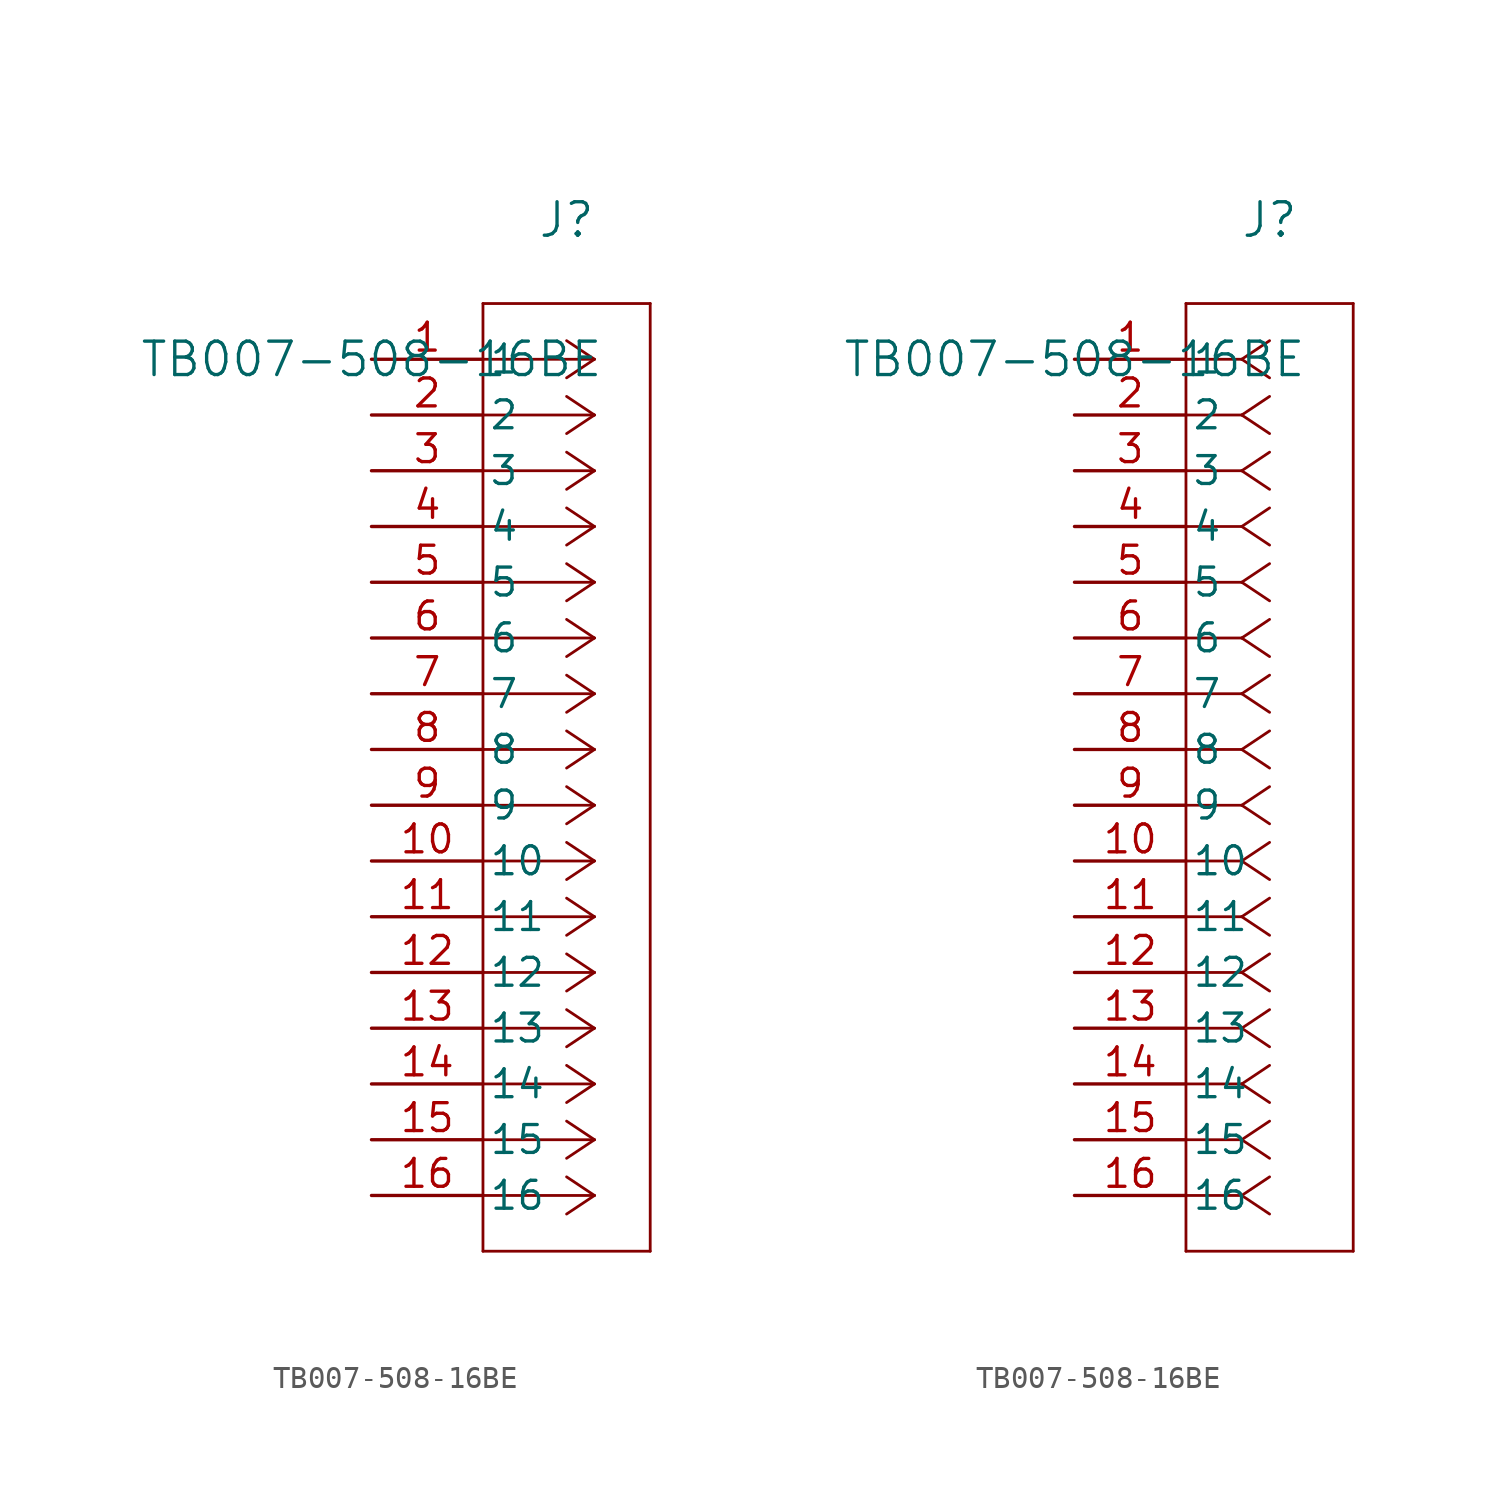
<source format=kicad_sym>
(kicad_symbol_lib
  (version 20211014)
  (generator kicad_symbol_editor)
  (symbol "TB007-508-16BE"
    (pin_names
      (offset 0.254))
    (property "Reference" "J"
      (at 8.89 6.35 0)
      (effects (font (size 1.524 1.524))))
    (property "Value" "TB007-508-16BE"
      (at 0 0 0)
      (effects (font (size 1.524 1.524))))
    (symbol "TB007-508-16BE_1_1"
      (polyline (pts (xy 10.16 0) (xy 5.08 0)) (stroke (width 0.127) (type default) (color 0 0 0 0)) (fill (type none)))
      (polyline (pts (xy 10.16 -2.54) (xy 5.08 -2.54)) (stroke (width 0.127) (type default) (color 0 0 0 0)) (fill (type none)))
      (polyline (pts (xy 10.16 -5.08) (xy 5.08 -5.08)) (stroke (width 0.127) (type default) (color 0 0 0 0)) (fill (type none)))
      (polyline (pts (xy 10.16 -7.62) (xy 5.08 -7.62)) (stroke (width 0.127) (type default) (color 0 0 0 0)) (fill (type none)))
      (polyline (pts (xy 10.16 -10.16) (xy 5.08 -10.16)) (stroke (width 0.127) (type default) (color 0 0 0 0)) (fill (type none)))
      (polyline (pts (xy 10.16 -12.7) (xy 5.08 -12.7)) (stroke (width 0.127) (type default) (color 0 0 0 0)) (fill (type none)))
      (polyline (pts (xy 10.16 -15.24) (xy 5.08 -15.24)) (stroke (width 0.127) (type default) (color 0 0 0 0)) (fill (type none)))
      (polyline (pts (xy 10.16 -17.78) (xy 5.08 -17.78)) (stroke (width 0.127) (type default) (color 0 0 0 0)) (fill (type none)))
      (polyline (pts (xy 10.16 -20.32) (xy 5.08 -20.32)) (stroke (width 0.127) (type default) (color 0 0 0 0)) (fill (type none)))
      (polyline (pts (xy 10.16 -22.86) (xy 5.08 -22.86)) (stroke (width 0.127) (type default) (color 0 0 0 0)) (fill (type none)))
      (polyline (pts (xy 10.16 -25.4) (xy 5.08 -25.4)) (stroke (width 0.127) (type default) (color 0 0 0 0)) (fill (type none)))
      (polyline (pts (xy 10.16 -27.94) (xy 5.08 -27.94)) (stroke (width 0.127) (type default) (color 0 0 0 0)) (fill (type none)))
      (polyline (pts (xy 10.16 -30.48) (xy 5.08 -30.48)) (stroke (width 0.127) (type default) (color 0 0 0 0)) (fill (type none)))
      (polyline (pts (xy 10.16 -33.02) (xy 5.08 -33.02)) (stroke (width 0.127) (type default) (color 0 0 0 0)) (fill (type none)))
      (polyline (pts (xy 10.16 -35.56) (xy 5.08 -35.56)) (stroke (width 0.127) (type default) (color 0 0 0 0)) (fill (type none)))
      (polyline (pts (xy 10.16 -38.1) (xy 5.08 -38.1)) (stroke (width 0.127) (type default) (color 0 0 0 0)) (fill (type none)))
      (polyline (pts (xy 10.16 0) (xy 8.89 0.847)) (stroke (width 0.127) (type default) (color 0 0 0 0)) (fill (type none)))
      (polyline (pts (xy 10.16 -2.54) (xy 8.89 -1.693)) (stroke (width 0.127) (type default) (color 0 0 0 0)) (fill (type none)))
      (polyline (pts (xy 10.16 -5.08) (xy 8.89 -4.233)) (stroke (width 0.127) (type default) (color 0 0 0 0)) (fill (type none)))
      (polyline (pts (xy 10.16 -7.62) (xy 8.89 -6.773)) (stroke (width 0.127) (type default) (color 0 0 0 0)) (fill (type none)))
      (polyline (pts (xy 10.16 -10.16) (xy 8.89 -9.313)) (stroke (width 0.127) (type default) (color 0 0 0 0)) (fill (type none)))
      (polyline (pts (xy 10.16 -12.7) (xy 8.89 -11.853)) (stroke (width 0.127) (type default) (color 0 0 0 0)) (fill (type none)))
      (polyline (pts (xy 10.16 -15.24) (xy 8.89 -14.393)) (stroke (width 0.127) (type default) (color 0 0 0 0)) (fill (type none)))
      (polyline (pts (xy 10.16 -17.78) (xy 8.89 -16.933)) (stroke (width 0.127) (type default) (color 0 0 0 0)) (fill (type none)))
      (polyline (pts (xy 10.16 -20.32) (xy 8.89 -19.473)) (stroke (width 0.127) (type default) (color 0 0 0 0)) (fill (type none)))
      (polyline (pts (xy 10.16 -22.86) (xy 8.89 -22.013)) (stroke (width 0.127) (type default) (color 0 0 0 0)) (fill (type none)))
      (polyline (pts (xy 10.16 -25.4) (xy 8.89 -24.553)) (stroke (width 0.127) (type default) (color 0 0 0 0)) (fill (type none)))
      (polyline (pts (xy 10.16 -27.94) (xy 8.89 -27.093)) (stroke (width 0.127) (type default) (color 0 0 0 0)) (fill (type none)))
      (polyline (pts (xy 10.16 -30.48) (xy 8.89 -29.633)) (stroke (width 0.127) (type default) (color 0 0 0 0)) (fill (type none)))
      (polyline (pts (xy 10.16 -33.02) (xy 8.89 -32.173)) (stroke (width 0.127) (type default) (color 0 0 0 0)) (fill (type none)))
      (polyline (pts (xy 10.16 -35.56) (xy 8.89 -34.713)) (stroke (width 0.127) (type default) (color 0 0 0 0)) (fill (type none)))
      (polyline (pts (xy 10.16 -38.1) (xy 8.89 -37.253)) (stroke (width 0.127) (type default) (color 0 0 0 0)) (fill (type none)))
      (polyline (pts (xy 10.16 0) (xy 8.89 -0.847)) (stroke (width 0.127) (type default) (color 0 0 0 0)) (fill (type none)))
      (polyline (pts (xy 10.16 -2.54) (xy 8.89 -3.387)) (stroke (width 0.127) (type default) (color 0 0 0 0)) (fill (type none)))
      (polyline (pts (xy 10.16 -5.08) (xy 8.89 -5.927)) (stroke (width 0.127) (type default) (color 0 0 0 0)) (fill (type none)))
      (polyline (pts (xy 10.16 -7.62) (xy 8.89 -8.467)) (stroke (width 0.127) (type default) (color 0 0 0 0)) (fill (type none)))
      (polyline (pts (xy 10.16 -10.16) (xy 8.89 -11.007)) (stroke (width 0.127) (type default) (color 0 0 0 0)) (fill (type none)))
      (polyline (pts (xy 10.16 -12.7) (xy 8.89 -13.547)) (stroke (width 0.127) (type default) (color 0 0 0 0)) (fill (type none)))
      (polyline (pts (xy 10.16 -15.24) (xy 8.89 -16.087)) (stroke (width 0.127) (type default) (color 0 0 0 0)) (fill (type none)))
      (polyline (pts (xy 10.16 -17.78) (xy 8.89 -18.627)) (stroke (width 0.127) (type default) (color 0 0 0 0)) (fill (type none)))
      (polyline (pts (xy 10.16 -20.32) (xy 8.89 -21.167)) (stroke (width 0.127) (type default) (color 0 0 0 0)) (fill (type none)))
      (polyline (pts (xy 10.16 -22.86) (xy 8.89 -23.707)) (stroke (width 0.127) (type default) (color 0 0 0 0)) (fill (type none)))
      (polyline (pts (xy 10.16 -25.4) (xy 8.89 -26.247)) (stroke (width 0.127) (type default) (color 0 0 0 0)) (fill (type none)))
      (polyline (pts (xy 10.16 -27.94) (xy 8.89 -28.787)) (stroke (width 0.127) (type default) (color 0 0 0 0)) (fill (type none)))
      (polyline (pts (xy 10.16 -30.48) (xy 8.89 -31.327)) (stroke (width 0.127) (type default) (color 0 0 0 0)) (fill (type none)))
      (polyline (pts (xy 10.16 -33.02) (xy 8.89 -33.867)) (stroke (width 0.127) (type default) (color 0 0 0 0)) (fill (type none)))
      (polyline (pts (xy 10.16 -35.56) (xy 8.89 -36.407)) (stroke (width 0.127) (type default) (color 0 0 0 0)) (fill (type none)))
      (polyline (pts (xy 10.16 -38.1) (xy 8.89 -38.947)) (stroke (width 0.127) (type default) (color 0 0 0 0)) (fill (type none)))
      (polyline (pts (xy 5.08 2.54) (xy 5.08 -40.64)) (stroke (width 0.127) (type default) (color 0 0 0 0)) (fill (type none)))
      (polyline (pts (xy 5.08 -40.64) (xy 12.7 -40.64)) (stroke (width 0.127) (type default) (color 0 0 0 0)) (fill (type none)))
      (polyline (pts (xy 12.7 -40.64) (xy 12.7 2.54)) (stroke (width 0.127) (type default) (color 0 0 0 0)) (fill (type none)))
      (polyline (pts (xy 12.7 2.54) (xy 5.08 2.54)) (stroke (width 0.127) (type default) (color 0 0 0 0)) (fill (type none)))
      (pin unspecified line (at 0 0 0) (length 5.08) (name "1" (effects (font (size 1.27 1.27)))) (number "1" (effects (font (size 1.27 1.27)))))
      (pin unspecified line (at 0 -2.54 0) (length 5.08) (name "2" (effects (font (size 1.27 1.27)))) (number "2" (effects (font (size 1.27 1.27)))))
      (pin unspecified line (at 0 -5.08 0) (length 5.08) (name "3" (effects (font (size 1.27 1.27)))) (number "3" (effects (font (size 1.27 1.27)))))
      (pin unspecified line (at 0 -7.62 0) (length 5.08) (name "4" (effects (font (size 1.27 1.27)))) (number "4" (effects (font (size 1.27 1.27)))))
      (pin unspecified line (at 0 -10.16 0) (length 5.08) (name "5" (effects (font (size 1.27 1.27)))) (number "5" (effects (font (size 1.27 1.27)))))
      (pin unspecified line (at 0 -12.7 0) (length 5.08) (name "6" (effects (font (size 1.27 1.27)))) (number "6" (effects (font (size 1.27 1.27)))))
      (pin unspecified line (at 0 -15.24 0) (length 5.08) (name "7" (effects (font (size 1.27 1.27)))) (number "7" (effects (font (size 1.27 1.27)))))
      (pin unspecified line (at 0 -17.78 0) (length 5.08) (name "8" (effects (font (size 1.27 1.27)))) (number "8" (effects (font (size 1.27 1.27)))))
      (pin unspecified line (at 0 -20.32 0) (length 5.08) (name "9" (effects (font (size 1.27 1.27)))) (number "9" (effects (font (size 1.27 1.27)))))
      (pin unspecified line (at 0 -22.86 0) (length 5.08) (name "10" (effects (font (size 1.27 1.27)))) (number "10" (effects (font (size 1.27 1.27)))))
      (pin unspecified line (at 0 -25.4 0) (length 5.08) (name "11" (effects (font (size 1.27 1.27)))) (number "11" (effects (font (size 1.27 1.27)))))
      (pin unspecified line (at 0 -27.94 0) (length 5.08) (name "12" (effects (font (size 1.27 1.27)))) (number "12" (effects (font (size 1.27 1.27)))))
      (pin unspecified line (at 0 -30.48 0) (length 5.08) (name "13" (effects (font (size 1.27 1.27)))) (number "13" (effects (font (size 1.27 1.27)))))
      (pin unspecified line (at 0 -33.02 0) (length 5.08) (name "14" (effects (font (size 1.27 1.27)))) (number "14" (effects (font (size 1.27 1.27)))))
      (pin unspecified line (at 0 -35.56 0) (length 5.08) (name "15" (effects (font (size 1.27 1.27)))) (number "15" (effects (font (size 1.27 1.27)))))
      (pin unspecified line (at 0 -38.1 0) (length 5.08) (name "16" (effects (font (size 1.27 1.27)))) (number "16" (effects (font (size 1.27 1.27))))))
    (symbol "TB007-508-16BE_1_2"
      (polyline (pts (xy 7.62 0) (xy 5.08 0)) (stroke (width 0.127) (type default) (color 0 0 0 0)) (fill (type none)))
      (polyline (pts (xy 7.62 -2.54) (xy 5.08 -2.54)) (stroke (width 0.127) (type default) (color 0 0 0 0)) (fill (type none)))
      (polyline (pts (xy 7.62 -5.08) (xy 5.08 -5.08)) (stroke (width 0.127) (type default) (color 0 0 0 0)) (fill (type none)))
      (polyline (pts (xy 7.62 -7.62) (xy 5.08 -7.62)) (stroke (width 0.127) (type default) (color 0 0 0 0)) (fill (type none)))
      (polyline (pts (xy 7.62 -10.16) (xy 5.08 -10.16)) (stroke (width 0.127) (type default) (color 0 0 0 0)) (fill (type none)))
      (polyline (pts (xy 7.62 -12.7) (xy 5.08 -12.7)) (stroke (width 0.127) (type default) (color 0 0 0 0)) (fill (type none)))
      (polyline (pts (xy 7.62 -15.24) (xy 5.08 -15.24)) (stroke (width 0.127) (type default) (color 0 0 0 0)) (fill (type none)))
      (polyline (pts (xy 7.62 -17.78) (xy 5.08 -17.78)) (stroke (width 0.127) (type default) (color 0 0 0 0)) (fill (type none)))
      (polyline (pts (xy 7.62 -20.32) (xy 5.08 -20.32)) (stroke (width 0.127) (type default) (color 0 0 0 0)) (fill (type none)))
      (polyline (pts (xy 7.62 -22.86) (xy 5.08 -22.86)) (stroke (width 0.127) (type default) (color 0 0 0 0)) (fill (type none)))
      (polyline (pts (xy 7.62 -25.4) (xy 5.08 -25.4)) (stroke (width 0.127) (type default) (color 0 0 0 0)) (fill (type none)))
      (polyline (pts (xy 7.62 -27.94) (xy 5.08 -27.94)) (stroke (width 0.127) (type default) (color 0 0 0 0)) (fill (type none)))
      (polyline (pts (xy 7.62 -30.48) (xy 5.08 -30.48)) (stroke (width 0.127) (type default) (color 0 0 0 0)) (fill (type none)))
      (polyline (pts (xy 7.62 -33.02) (xy 5.08 -33.02)) (stroke (width 0.127) (type default) (color 0 0 0 0)) (fill (type none)))
      (polyline (pts (xy 7.62 -35.56) (xy 5.08 -35.56)) (stroke (width 0.127) (type default) (color 0 0 0 0)) (fill (type none)))
      (polyline (pts (xy 7.62 -38.1) (xy 5.08 -38.1)) (stroke (width 0.127) (type default) (color 0 0 0 0)) (fill (type none)))
      (polyline (pts (xy 7.62 0) (xy 8.89 0.847)) (stroke (width 0.127) (type default) (color 0 0 0 0)) (fill (type none)))
      (polyline (pts (xy 7.62 -2.54) (xy 8.89 -1.693)) (stroke (width 0.127) (type default) (color 0 0 0 0)) (fill (type none)))
      (polyline (pts (xy 7.62 -5.08) (xy 8.89 -4.233)) (stroke (width 0.127) (type default) (color 0 0 0 0)) (fill (type none)))
      (polyline (pts (xy 7.62 -7.62) (xy 8.89 -6.773)) (stroke (width 0.127) (type default) (color 0 0 0 0)) (fill (type none)))
      (polyline (pts (xy 7.62 -10.16) (xy 8.89 -9.313)) (stroke (width 0.127) (type default) (color 0 0 0 0)) (fill (type none)))
      (polyline (pts (xy 7.62 -12.7) (xy 8.89 -11.853)) (stroke (width 0.127) (type default) (color 0 0 0 0)) (fill (type none)))
      (polyline (pts (xy 7.62 -15.24) (xy 8.89 -14.393)) (stroke (width 0.127) (type default) (color 0 0 0 0)) (fill (type none)))
      (polyline (pts (xy 7.62 -17.78) (xy 8.89 -16.933)) (stroke (width 0.127) (type default) (color 0 0 0 0)) (fill (type none)))
      (polyline (pts (xy 7.62 -20.32) (xy 8.89 -19.473)) (stroke (width 0.127) (type default) (color 0 0 0 0)) (fill (type none)))
      (polyline (pts (xy 7.62 -22.86) (xy 8.89 -22.013)) (stroke (width 0.127) (type default) (color 0 0 0 0)) (fill (type none)))
      (polyline (pts (xy 7.62 -25.4) (xy 8.89 -24.553)) (stroke (width 0.127) (type default) (color 0 0 0 0)) (fill (type none)))
      (polyline (pts (xy 7.62 -27.94) (xy 8.89 -27.093)) (stroke (width 0.127) (type default) (color 0 0 0 0)) (fill (type none)))
      (polyline (pts (xy 7.62 -30.48) (xy 8.89 -29.633)) (stroke (width 0.127) (type default) (color 0 0 0 0)) (fill (type none)))
      (polyline (pts (xy 7.62 -33.02) (xy 8.89 -32.173)) (stroke (width 0.127) (type default) (color 0 0 0 0)) (fill (type none)))
      (polyline (pts (xy 7.62 -35.56) (xy 8.89 -34.713)) (stroke (width 0.127) (type default) (color 0 0 0 0)) (fill (type none)))
      (polyline (pts (xy 7.62 -38.1) (xy 8.89 -37.253)) (stroke (width 0.127) (type default) (color 0 0 0 0)) (fill (type none)))
      (polyline (pts (xy 7.62 0) (xy 8.89 -0.847)) (stroke (width 0.127) (type default) (color 0 0 0 0)) (fill (type none)))
      (polyline (pts (xy 7.62 -2.54) (xy 8.89 -3.387)) (stroke (width 0.127) (type default) (color 0 0 0 0)) (fill (type none)))
      (polyline (pts (xy 7.62 -5.08) (xy 8.89 -5.927)) (stroke (width 0.127) (type default) (color 0 0 0 0)) (fill (type none)))
      (polyline (pts (xy 7.62 -7.62) (xy 8.89 -8.467)) (stroke (width 0.127) (type default) (color 0 0 0 0)) (fill (type none)))
      (polyline (pts (xy 7.62 -10.16) (xy 8.89 -11.007)) (stroke (width 0.127) (type default) (color 0 0 0 0)) (fill (type none)))
      (polyline (pts (xy 7.62 -12.7) (xy 8.89 -13.547)) (stroke (width 0.127) (type default) (color 0 0 0 0)) (fill (type none)))
      (polyline (pts (xy 7.62 -15.24) (xy 8.89 -16.087)) (stroke (width 0.127) (type default) (color 0 0 0 0)) (fill (type none)))
      (polyline (pts (xy 7.62 -17.78) (xy 8.89 -18.627)) (stroke (width 0.127) (type default) (color 0 0 0 0)) (fill (type none)))
      (polyline (pts (xy 7.62 -20.32) (xy 8.89 -21.167)) (stroke (width 0.127) (type default) (color 0 0 0 0)) (fill (type none)))
      (polyline (pts (xy 7.62 -22.86) (xy 8.89 -23.707)) (stroke (width 0.127) (type default) (color 0 0 0 0)) (fill (type none)))
      (polyline (pts (xy 7.62 -25.4) (xy 8.89 -26.247)) (stroke (width 0.127) (type default) (color 0 0 0 0)) (fill (type none)))
      (polyline (pts (xy 7.62 -27.94) (xy 8.89 -28.787)) (stroke (width 0.127) (type default) (color 0 0 0 0)) (fill (type none)))
      (polyline (pts (xy 7.62 -30.48) (xy 8.89 -31.327)) (stroke (width 0.127) (type default) (color 0 0 0 0)) (fill (type none)))
      (polyline (pts (xy 7.62 -33.02) (xy 8.89 -33.867)) (stroke (width 0.127) (type default) (color 0 0 0 0)) (fill (type none)))
      (polyline (pts (xy 7.62 -35.56) (xy 8.89 -36.407)) (stroke (width 0.127) (type default) (color 0 0 0 0)) (fill (type none)))
      (polyline (pts (xy 7.62 -38.1) (xy 8.89 -38.947)) (stroke (width 0.127) (type default) (color 0 0 0 0)) (fill (type none)))
      (polyline (pts (xy 5.08 2.54) (xy 5.08 -40.64)) (stroke (width 0.127) (type default) (color 0 0 0 0)) (fill (type none)))
      (polyline (pts (xy 5.08 -40.64) (xy 12.7 -40.64)) (stroke (width 0.127) (type default) (color 0 0 0 0)) (fill (type none)))
      (polyline (pts (xy 12.7 -40.64) (xy 12.7 2.54)) (stroke (width 0.127) (type default) (color 0 0 0 0)) (fill (type none)))
      (polyline (pts (xy 12.7 2.54) (xy 5.08 2.54)) (stroke (width 0.127) (type default) (color 0 0 0 0)) (fill (type none)))
      (pin unspecified line (at 0 0 0) (length 5.08) (name "1" (effects (font (size 1.27 1.27)))) (number "1" (effects (font (size 1.27 1.27)))))
      (pin unspecified line (at 0 -2.54 0) (length 5.08) (name "2" (effects (font (size 1.27 1.27)))) (number "2" (effects (font (size 1.27 1.27)))))
      (pin unspecified line (at 0 -5.08 0) (length 5.08) (name "3" (effects (font (size 1.27 1.27)))) (number "3" (effects (font (size 1.27 1.27)))))
      (pin unspecified line (at 0 -7.62 0) (length 5.08) (name "4" (effects (font (size 1.27 1.27)))) (number "4" (effects (font (size 1.27 1.27)))))
      (pin unspecified line (at 0 -10.16 0) (length 5.08) (name "5" (effects (font (size 1.27 1.27)))) (number "5" (effects (font (size 1.27 1.27)))))
      (pin unspecified line (at 0 -12.7 0) (length 5.08) (name "6" (effects (font (size 1.27 1.27)))) (number "6" (effects (font (size 1.27 1.27)))))
      (pin unspecified line (at 0 -15.24 0) (length 5.08) (name "7" (effects (font (size 1.27 1.27)))) (number "7" (effects (font (size 1.27 1.27)))))
      (pin unspecified line (at 0 -17.78 0) (length 5.08) (name "8" (effects (font (size 1.27 1.27)))) (number "8" (effects (font (size 1.27 1.27)))))
      (pin unspecified line (at 0 -20.32 0) (length 5.08) (name "9" (effects (font (size 1.27 1.27)))) (number "9" (effects (font (size 1.27 1.27)))))
      (pin unspecified line (at 0 -22.86 0) (length 5.08) (name "10" (effects (font (size 1.27 1.27)))) (number "10" (effects (font (size 1.27 1.27)))))
      (pin unspecified line (at 0 -25.4 0) (length 5.08) (name "11" (effects (font (size 1.27 1.27)))) (number "11" (effects (font (size 1.27 1.27)))))
      (pin unspecified line (at 0 -27.94 0) (length 5.08) (name "12" (effects (font (size 1.27 1.27)))) (number "12" (effects (font (size 1.27 1.27)))))
      (pin unspecified line (at 0 -30.48 0) (length 5.08) (name "13" (effects (font (size 1.27 1.27)))) (number "13" (effects (font (size 1.27 1.27)))))
      (pin unspecified line (at 0 -33.02 0) (length 5.08) (name "14" (effects (font (size 1.27 1.27)))) (number "14" (effects (font (size 1.27 1.27)))))
      (pin unspecified line (at 0 -35.56 0) (length 5.08) (name "15" (effects (font (size 1.27 1.27)))) (number "15" (effects (font (size 1.27 1.27)))))
      (pin unspecified line (at 0 -38.1 0) (length 5.08) (name "16" (effects (font (size 1.27 1.27)))) (number "16" (effects (font (size 1.27 1.27))))))))
</source>
